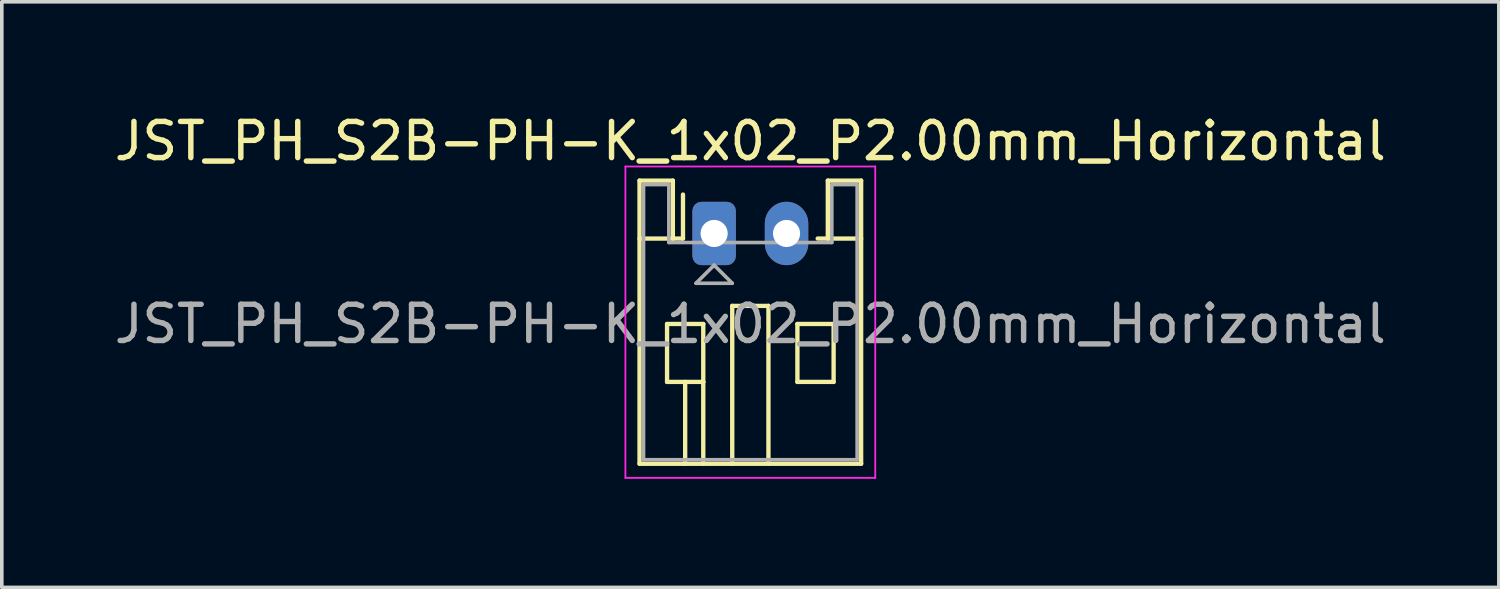
<source format=kicad_pcb>
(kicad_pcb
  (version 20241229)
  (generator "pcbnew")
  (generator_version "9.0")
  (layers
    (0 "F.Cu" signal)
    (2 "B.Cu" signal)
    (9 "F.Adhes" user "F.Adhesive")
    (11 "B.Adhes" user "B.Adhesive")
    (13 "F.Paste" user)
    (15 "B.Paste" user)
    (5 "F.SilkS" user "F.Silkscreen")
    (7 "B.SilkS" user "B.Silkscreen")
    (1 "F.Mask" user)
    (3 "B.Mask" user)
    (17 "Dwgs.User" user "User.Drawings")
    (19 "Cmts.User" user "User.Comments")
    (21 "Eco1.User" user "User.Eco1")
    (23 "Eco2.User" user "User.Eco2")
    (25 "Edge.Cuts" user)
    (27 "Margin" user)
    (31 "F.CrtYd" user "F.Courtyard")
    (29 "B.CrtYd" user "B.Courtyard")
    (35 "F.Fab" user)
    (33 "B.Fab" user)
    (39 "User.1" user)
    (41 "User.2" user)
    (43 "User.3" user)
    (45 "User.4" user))
  (footprint "JST_PH_S2B-PH-K_1x02_P2.00mm_Horizontal"
    (layer "F.Cu")
    (at 16.673 3.398)
    (property "Reference" "JST_PH_S2B-PH-K_1x02_P2.00mm_Horizontal" (at 1 -2.55 0) (layer "F.SilkS") (effects (font (size 1 1) (thickness 0.15))))
    (attr through_hole)
    (fp_line (start -2.06 -1.46) (end -2.06 6.36) (stroke (width 0.12) (type solid)) (layer "F.SilkS"))
    (fp_line (start -2.06 0.14) (end -1.14 0.14) (stroke (width 0.12) (type solid)) (layer "F.SilkS"))
    (fp_line (start -2.06 6.36) (end 4.06 6.36) (stroke (width 0.12) (type solid)) (layer "F.SilkS"))
    (fp_line (start -1.3 2.5) (end -1.3 4.1) (stroke (width 0.12) (type solid)) (layer "F.SilkS"))
    (fp_line (start -1.3 4.1) (end -0.3 4.1) (stroke (width 0.12) (type solid)) (layer "F.SilkS"))
    (fp_line (start -1.14 -1.46) (end -2.06 -1.46) (stroke (width 0.12) (type solid)) (layer "F.SilkS"))
    (fp_line (start -1.14 0.14) (end -1.14 -1.46) (stroke (width 0.12) (type solid)) (layer "F.SilkS"))
    (fp_line (start -0.86 0.14) (end -1.14 0.14) (stroke (width 0.12) (type solid)) (layer "F.SilkS"))
    (fp_line (start -0.86 0.14) (end -0.86 -1.075) (stroke (width 0.12) (type solid)) (layer "F.SilkS"))
    (fp_line (start -0.8 4.1) (end -0.8 6.36) (stroke (width 0.12) (type solid)) (layer "F.SilkS"))
    (fp_line (start -0.3 2.5) (end -1.3 2.5) (stroke (width 0.12) (type solid)) (layer "F.SilkS"))
    (fp_line (start -0.3 4.1) (end -0.3 2.5) (stroke (width 0.12) (type solid)) (layer "F.SilkS"))
    (fp_line (start -0.3 4.1) (end -0.3 6.36) (stroke (width 0.12) (type solid)) (layer "F.SilkS"))
    (fp_line (start 0.5 2) (end 1.5 2) (stroke (width 0.12) (type solid)) (layer "F.SilkS"))
    (fp_line (start 0.5 6.36) (end 0.5 2) (stroke (width 0.12) (type solid)) (layer "F.SilkS"))
    (fp_line (start 1.5 2) (end 1.5 6.36) (stroke (width 0.12) (type solid)) (layer "F.SilkS"))
    (fp_line (start 2.3 2.5) (end 3.3 2.5) (stroke (width 0.12) (type solid)) (layer "F.SilkS"))
    (fp_line (start 2.3 4.1) (end 2.3 2.5) (stroke (width 0.12) (type solid)) (layer "F.SilkS"))
    (fp_line (start 3.14 -1.46) (end 3.14 0.14) (stroke (width 0.12) (type solid)) (layer "F.SilkS"))
    (fp_line (start 3.14 0.14) (end 2.86 0.14) (stroke (width 0.12) (type solid)) (layer "F.SilkS"))
    (fp_line (start 3.3 2.5) (end 3.3 4.1) (stroke (width 0.12) (type solid)) (layer "F.SilkS"))
    (fp_line (start 3.3 4.1) (end 2.3 4.1) (stroke (width 0.12) (type solid)) (layer "F.SilkS"))
    (fp_line (start 4.06 -1.46) (end 3.14 -1.46) (stroke (width 0.12) (type solid)) (layer "F.SilkS"))
    (fp_line (start 4.06 0.14) (end 3.14 0.14) (stroke (width 0.12) (type solid)) (layer "F.SilkS"))
    (fp_line (start 4.06 6.36) (end 4.06 -1.46) (stroke (width 0.12) (type solid)) (layer "F.SilkS"))
    (fp_line (start -2.45 -1.85) (end -2.45 6.75) (stroke (width 0.05) (type solid)) (layer "F.CrtYd"))
    (fp_line (start -2.45 6.75) (end 4.45 6.75) (stroke (width 0.05) (type solid)) (layer "F.CrtYd"))
    (fp_line (start 4.45 -1.85) (end -2.45 -1.85) (stroke (width 0.05) (type solid)) (layer "F.CrtYd"))
    (fp_line (start 4.45 6.75) (end 4.45 -1.85) (stroke (width 0.05) (type solid)) (layer "F.CrtYd"))
    (fp_line (start -1.95 -1.35) (end -1.95 6.25) (stroke (width 0.1) (type solid)) (layer "F.Fab"))
    (fp_line (start -1.95 6.25) (end 3.95 6.25) (stroke (width 0.1) (type solid)) (layer "F.Fab"))
    (fp_line (start -1.25 -1.35) (end -1.95 -1.35) (stroke (width 0.1) (type solid)) (layer "F.Fab"))
    (fp_line (start -1.25 0.25) (end -1.25 -1.35) (stroke (width 0.1) (type solid)) (layer "F.Fab"))
    (fp_line (start -0.5 1.375) (end 0.5 1.375) (stroke (width 0.1) (type solid)) (layer "F.Fab"))
    (fp_line (start 0 0.875) (end -0.5 1.375) (stroke (width 0.1) (type solid)) (layer "F.Fab"))
    (fp_line (start 0.5 1.375) (end 0 0.875) (stroke (width 0.1) (type solid)) (layer "F.Fab"))
    (fp_line (start 3.25 -1.35) (end 3.25 0.25) (stroke (width 0.1) (type solid)) (layer "F.Fab"))
    (fp_line (start 3.25 0.25) (end -1.25 0.25) (stroke (width 0.1) (type solid)) (layer "F.Fab"))
    (fp_line (start 3.95 -1.35) (end 3.25 -1.35) (stroke (width 0.1) (type solid)) (layer "F.Fab"))
    (fp_line (start 3.95 6.25) (end 3.95 -1.35) (stroke (width 0.1) (type solid)) (layer "F.Fab"))
    (fp_text user "${REFERENCE}" (at 1 2.5 0) (layer "F.Fab") (effects (font (size 1 1) (thickness 0.15))))
    (pad "1" thru_hole roundrect (at 0 0) (size 1.2 1.75) (drill 0.75) (layers "*.Cu" "*.Mask") (roundrect_rratio 0.208))
    (pad "2" thru_hole oval (at 2 0) (size 1.2 1.75) (drill 0.75) (layers "*.Cu" "*.Mask")))
  (gr_rect
    (start -3 -3)
    (end 38.345 13.173)
    (stroke (width 0.1) (type default))
    (fill no)
    (layer "Edge.Cuts")))
</source>
